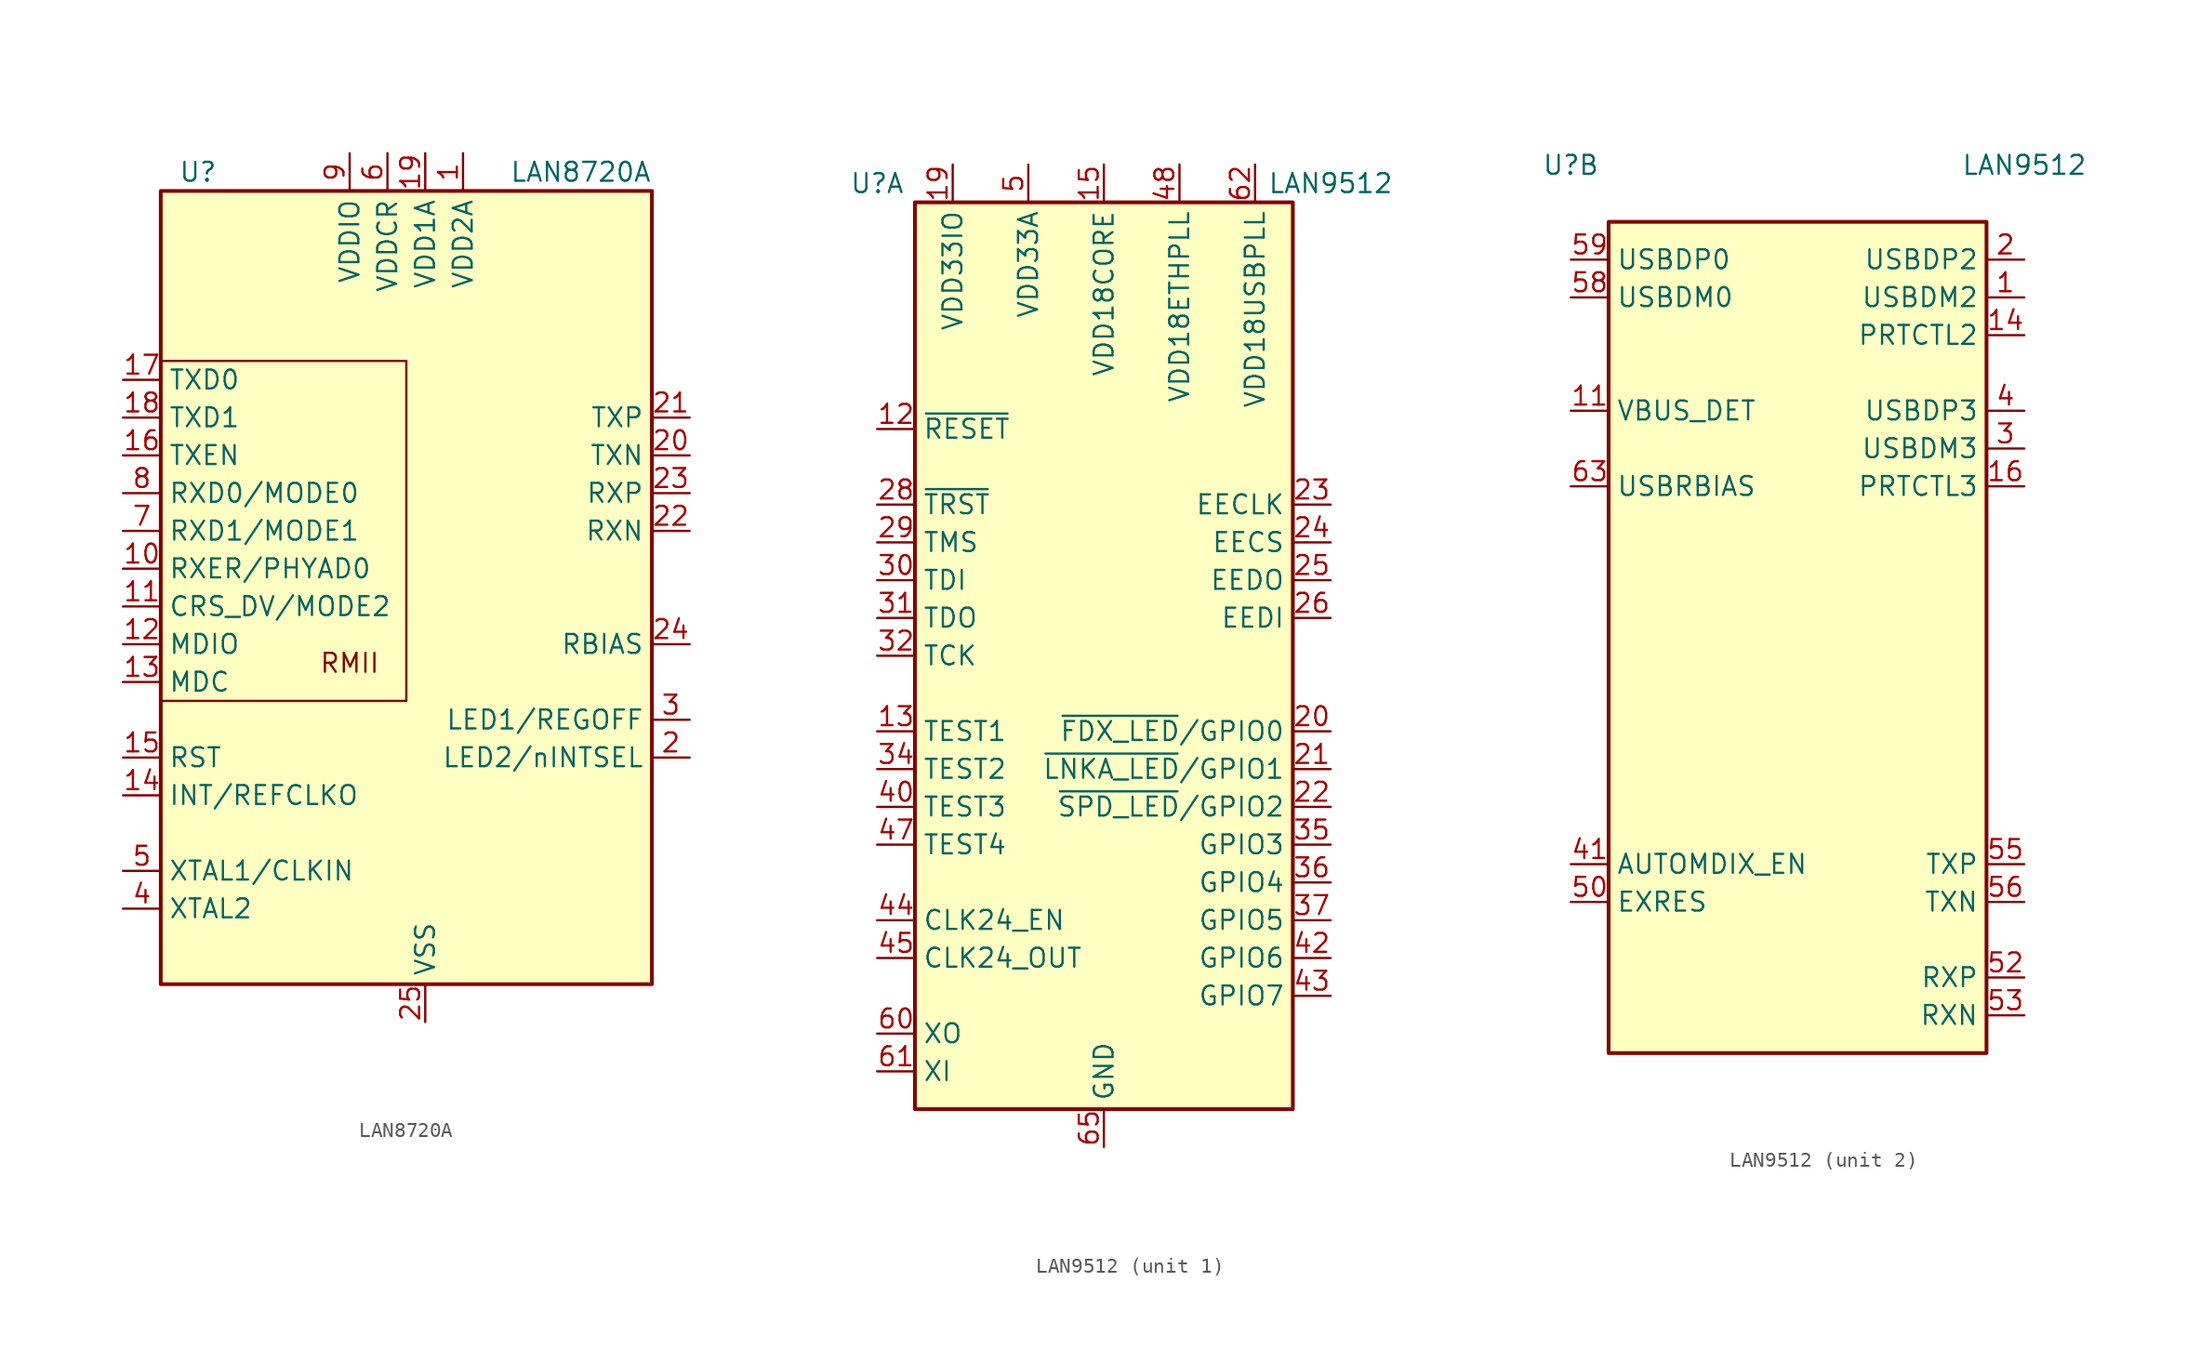
<source format=kicad_sym>
(kicad_symbol_lib
  (version 20211014)
  (generator kicad_symbol_editor)
  (symbol "LAN8720A"
    (property "Reference" "U"
      (at -13.97 29.21 0)
      (effects (font (size 1.27 1.27)) (justify right)))
    (property "Value" "LAN8720A"
      (at 15.24 29.21 0)
      (effects (font (size 1.27 1.27)) (justify right)))
    (symbol "LAN8720A_0_0"
      (text "RMII" (at -5.08 -3.81 0) (effects (font (size 1.27 1.27)))))
    (symbol "LAN8720A_0_1"
      (rectangle (start -17.78 27.94) (end 15.24 -25.4) (stroke (width 0.254) (type default) (color 0 0 0 0)) (fill (type background)))
      (polyline (pts (xy -17.78 -6.35) (xy -1.27 -6.35) (xy -1.27 16.51) (xy -17.78 16.51)) (stroke (width 0) (type default) (color 0 0 0 0)) (fill (type none))))
    (symbol "LAN8720A_1_1"
      (pin power_in line (at 2.54 30.48 270) (length 2.54) (name "VDD2A" (effects (font (size 1.27 1.27)))) (number "1" (effects (font (size 1.27 1.27)))))
      (pin output line (at -20.32 2.54 0) (length 2.54) (name "RXER/PHYAD0" (effects (font (size 1.27 1.27)))) (number "10" (effects (font (size 1.27 1.27)))))
      (pin output line (at -20.32 0 0) (length 2.54) (name "CRS_DV/MODE2" (effects (font (size 1.27 1.27)))) (number "11" (effects (font (size 1.27 1.27)))))
      (pin bidirectional line (at -20.32 -2.54 0) (length 2.54) (name "MDIO" (effects (font (size 1.27 1.27)))) (number "12" (effects (font (size 1.27 1.27)))))
      (pin input line (at -20.32 -5.08 0) (length 2.54) (name "MDC" (effects (font (size 1.27 1.27)))) (number "13" (effects (font (size 1.27 1.27)))))
      (pin output line (at -20.32 -12.7 0) (length 2.54) (name "INT/REFCLKO" (effects (font (size 1.27 1.27)))) (number "14" (effects (font (size 1.27 1.27)))))
      (pin input line (at -20.32 -10.16 0) (length 2.54) (name "RST" (effects (font (size 1.27 1.27)))) (number "15" (effects (font (size 1.27 1.27)))))
      (pin input line (at -20.32 10.16 0) (length 2.54) (name "TXEN" (effects (font (size 1.27 1.27)))) (number "16" (effects (font (size 1.27 1.27)))))
      (pin input line (at -20.32 15.24 0) (length 2.54) (name "TXD0" (effects (font (size 1.27 1.27)))) (number "17" (effects (font (size 1.27 1.27)))))
      (pin input line (at -20.32 12.7 0) (length 2.54) (name "TXD1" (effects (font (size 1.27 1.27)))) (number "18" (effects (font (size 1.27 1.27)))))
      (pin power_in line (at 0 30.48 270) (length 2.54) (name "VDD1A" (effects (font (size 1.27 1.27)))) (number "19" (effects (font (size 1.27 1.27)))))
      (pin bidirectional line (at 17.78 -10.16 180) (length 2.54) (name "LED2/nINTSEL" (effects (font (size 1.27 1.27)))) (number "2" (effects (font (size 1.27 1.27)))))
      (pin output line (at 17.78 10.16 180) (length 2.54) (name "TXN" (effects (font (size 1.27 1.27)))) (number "20" (effects (font (size 1.27 1.27)))))
      (pin output line (at 17.78 12.7 180) (length 2.54) (name "TXP" (effects (font (size 1.27 1.27)))) (number "21" (effects (font (size 1.27 1.27)))))
      (pin output line (at 17.78 5.08 180) (length 2.54) (name "RXN" (effects (font (size 1.27 1.27)))) (number "22" (effects (font (size 1.27 1.27)))))
      (pin output line (at 17.78 7.62 180) (length 2.54) (name "RXP" (effects (font (size 1.27 1.27)))) (number "23" (effects (font (size 1.27 1.27)))))
      (pin input line (at 17.78 -2.54 180) (length 2.54) (name "RBIAS" (effects (font (size 1.27 1.27)))) (number "24" (effects (font (size 1.27 1.27)))))
      (pin power_in line (at 0 -27.94 90) (length 2.54) (name "VSS" (effects (font (size 1.27 1.27)))) (number "25" (effects (font (size 1.27 1.27)))))
      (pin bidirectional line (at 17.78 -7.62 180) (length 2.54) (name "LED1/REGOFF" (effects (font (size 1.27 1.27)))) (number "3" (effects (font (size 1.27 1.27)))))
      (pin passive line (at -20.32 -20.32 0) (length 2.54) (name "XTAL2" (effects (font (size 1.27 1.27)))) (number "4" (effects (font (size 1.27 1.27)))))
      (pin passive line (at -20.32 -17.78 0) (length 2.54) (name "XTAL1/CLKIN" (effects (font (size 1.27 1.27)))) (number "5" (effects (font (size 1.27 1.27)))))
      (pin power_in line (at -2.54 30.48 270) (length 2.54) (name "VDDCR" (effects (font (size 1.27 1.27)))) (number "6" (effects (font (size 1.27 1.27)))))
      (pin output line (at -20.32 5.08 0) (length 2.54) (name "RXD1/MODE1" (effects (font (size 1.27 1.27)))) (number "7" (effects (font (size 1.27 1.27)))))
      (pin output line (at -20.32 7.62 0) (length 2.54) (name "RXD0/MODE0" (effects (font (size 1.27 1.27)))) (number "8" (effects (font (size 1.27 1.27)))))
      (pin power_in line (at -5.08 30.48 270) (length 2.54) (name "VDDIO" (effects (font (size 1.27 1.27)))) (number "9" (effects (font (size 1.27 1.27)))))))
  (symbol "LAN9512"
    (property "Reference" "U"
      (at -15.24 31.75 0)
      (effects (font (size 1.27 1.27))))
    (property "Value" "LAN9512"
      (at 15.24 31.75 0)
      (effects (font (size 1.27 1.27))))
    (property "ki_locked" ""
      (at 0 0 0)
      (effects (font (size 1.27 1.27))))
    (symbol "LAN9512_1_1"
      (rectangle (start -12.7 30.48) (end 12.7 -30.48) (stroke (width 0.254) (type default) (color 0 0 0 0)) (fill (type background)))
      (pin passive line (at -5.08 33.02 270) (length 2.54) hide (name "VDD33A" (effects (font (size 1.27 1.27)))) (number "10" (effects (font (size 1.27 1.27)))))
      (pin input line (at -15.24 15.24 0) (length 2.54) (name "~{RESET}" (effects (font (size 1.27 1.27)))) (number "12" (effects (font (size 1.27 1.27)))))
      (pin input line (at -15.24 -5.08 0) (length 2.54) (name "TEST1" (effects (font (size 1.27 1.27)))) (number "13" (effects (font (size 1.27 1.27)))))
      (pin power_in line (at 0 33.02 270) (length 2.54) (name "VDD18CORE" (effects (font (size 1.27 1.27)))) (number "15" (effects (font (size 1.27 1.27)))))
      (pin power_in line (at -10.16 33.02 270) (length 2.54) (name "VDD33IO" (effects (font (size 1.27 1.27)))) (number "19" (effects (font (size 1.27 1.27)))))
      (pin bidirectional line (at 15.24 -5.08 180) (length 2.54) (name "~{FDX_LED}/GPIO0" (effects (font (size 1.27 1.27)))) (number "20" (effects (font (size 1.27 1.27)))))
      (pin bidirectional line (at 15.24 -7.62 180) (length 2.54) (name "~{LNKA_LED}/GPIO1" (effects (font (size 1.27 1.27)))) (number "21" (effects (font (size 1.27 1.27)))))
      (pin bidirectional line (at 15.24 -10.16 180) (length 2.54) (name "~{SPD_LED}/GPIO2" (effects (font (size 1.27 1.27)))) (number "22" (effects (font (size 1.27 1.27)))))
      (pin output line (at 15.24 10.16 180) (length 2.54) (name "EECLK" (effects (font (size 1.27 1.27)))) (number "23" (effects (font (size 1.27 1.27)))))
      (pin output line (at 15.24 7.62 180) (length 2.54) (name "EECS" (effects (font (size 1.27 1.27)))) (number "24" (effects (font (size 1.27 1.27)))))
      (pin output line (at 15.24 5.08 180) (length 2.54) (name "EEDO" (effects (font (size 1.27 1.27)))) (number "25" (effects (font (size 1.27 1.27)))))
      (pin input line (at 15.24 2.54 180) (length 2.54) (name "EEDI" (effects (font (size 1.27 1.27)))) (number "26" (effects (font (size 1.27 1.27)))))
      (pin passive line (at -10.16 33.02 270) (length 2.54) hide (name "VDD33IO" (effects (font (size 1.27 1.27)))) (number "27" (effects (font (size 1.27 1.27)))))
      (pin input line (at -15.24 10.16 0) (length 2.54) (name "~{TRST}" (effects (font (size 1.27 1.27)))) (number "28" (effects (font (size 1.27 1.27)))))
      (pin input line (at -15.24 7.62 0) (length 2.54) (name "TMS" (effects (font (size 1.27 1.27)))) (number "29" (effects (font (size 1.27 1.27)))))
      (pin input line (at -15.24 5.08 0) (length 2.54) (name "TDI" (effects (font (size 1.27 1.27)))) (number "30" (effects (font (size 1.27 1.27)))))
      (pin output line (at -15.24 2.54 0) (length 2.54) (name "TDO" (effects (font (size 1.27 1.27)))) (number "31" (effects (font (size 1.27 1.27)))))
      (pin input line (at -15.24 0 0) (length 2.54) (name "TCK" (effects (font (size 1.27 1.27)))) (number "32" (effects (font (size 1.27 1.27)))))
      (pin passive line (at -10.16 33.02 270) (length 2.54) hide (name "VDD33IO" (effects (font (size 1.27 1.27)))) (number "33" (effects (font (size 1.27 1.27)))))
      (pin input line (at -15.24 -7.62 0) (length 2.54) (name "TEST2" (effects (font (size 1.27 1.27)))) (number "34" (effects (font (size 1.27 1.27)))))
      (pin bidirectional line (at 15.24 -12.7 180) (length 2.54) (name "GPIO3" (effects (font (size 1.27 1.27)))) (number "35" (effects (font (size 1.27 1.27)))))
      (pin bidirectional line (at 15.24 -15.24 180) (length 2.54) (name "GPIO4" (effects (font (size 1.27 1.27)))) (number "36" (effects (font (size 1.27 1.27)))))
      (pin bidirectional line (at 15.24 -17.78 180) (length 2.54) (name "GPIO5" (effects (font (size 1.27 1.27)))) (number "37" (effects (font (size 1.27 1.27)))))
      (pin passive line (at 0 33.02 270) (length 2.54) hide (name "VDD18CORE" (effects (font (size 1.27 1.27)))) (number "38" (effects (font (size 1.27 1.27)))))
      (pin passive line (at -10.16 33.02 270) (length 2.54) hide (name "VDD33IO" (effects (font (size 1.27 1.27)))) (number "39" (effects (font (size 1.27 1.27)))))
      (pin input line (at -15.24 -10.16 0) (length 2.54) (name "TEST3" (effects (font (size 1.27 1.27)))) (number "40" (effects (font (size 1.27 1.27)))))
      (pin bidirectional line (at 15.24 -20.32 180) (length 2.54) (name "GPIO6" (effects (font (size 1.27 1.27)))) (number "42" (effects (font (size 1.27 1.27)))))
      (pin bidirectional line (at 15.24 -22.86 180) (length 2.54) (name "GPIO7" (effects (font (size 1.27 1.27)))) (number "43" (effects (font (size 1.27 1.27)))))
      (pin input line (at -15.24 -17.78 0) (length 2.54) (name "CLK24_EN" (effects (font (size 1.27 1.27)))) (number "44" (effects (font (size 1.27 1.27)))))
      (pin output line (at -15.24 -20.32 0) (length 2.54) (name "CLK24_OUT" (effects (font (size 1.27 1.27)))) (number "45" (effects (font (size 1.27 1.27)))))
      (pin passive line (at -10.16 33.02 270) (length 2.54) hide (name "VDD33IO" (effects (font (size 1.27 1.27)))) (number "46" (effects (font (size 1.27 1.27)))))
      (pin input line (at -15.24 -12.7 0) (length 2.54) (name "TEST4" (effects (font (size 1.27 1.27)))) (number "47" (effects (font (size 1.27 1.27)))))
      (pin power_in line (at 5.08 33.02 270) (length 2.54) (name "VDD18ETHPLL" (effects (font (size 1.27 1.27)))) (number "48" (effects (font (size 1.27 1.27)))))
      (pin passive line (at -5.08 33.02 270) (length 2.54) hide (name "VDD33A" (effects (font (size 1.27 1.27)))) (number "49" (effects (font (size 1.27 1.27)))))
      (pin power_in line (at -5.08 33.02 270) (length 2.54) (name "VDD33A" (effects (font (size 1.27 1.27)))) (number "5" (effects (font (size 1.27 1.27)))))
      (pin passive line (at -5.08 33.02 270) (length 2.54) hide (name "VDD33A" (effects (font (size 1.27 1.27)))) (number "51" (effects (font (size 1.27 1.27)))))
      (pin passive line (at -5.08 33.02 270) (length 2.54) hide (name "VDD33A" (effects (font (size 1.27 1.27)))) (number "54" (effects (font (size 1.27 1.27)))))
      (pin passive line (at -5.08 33.02 270) (length 2.54) hide (name "VDD33A" (effects (font (size 1.27 1.27)))) (number "57" (effects (font (size 1.27 1.27)))))
      (pin input line (at -15.24 -25.4 0) (length 2.54) (name "XO" (effects (font (size 1.27 1.27)))) (number "60" (effects (font (size 1.27 1.27)))))
      (pin input line (at -15.24 -27.94 0) (length 2.54) (name "XI" (effects (font (size 1.27 1.27)))) (number "61" (effects (font (size 1.27 1.27)))))
      (pin power_in line (at 10.16 33.02 270) (length 2.54) (name "VDD18USBPLL" (effects (font (size 1.27 1.27)))) (number "62" (effects (font (size 1.27 1.27)))))
      (pin passive line (at -5.08 33.02 270) (length 2.54) hide (name "VDD33A" (effects (font (size 1.27 1.27)))) (number "64" (effects (font (size 1.27 1.27)))))
      (pin power_in line (at 0 -33.02 90) (length 2.54) (name "GND" (effects (font (size 1.27 1.27)))) (number "65" (effects (font (size 1.27 1.27))))))
    (symbol "LAN9512_2_1"
      (rectangle (start 12.7 -27.94) (end -12.7 27.94) (stroke (width 0.254) (type default) (color 0 0 0 0)) (fill (type background)))
      (pin bidirectional line (at 15.24 22.86 180) (length 2.54) (name "USBDM2" (effects (font (size 1.27 1.27)))) (number "1" (effects (font (size 1.27 1.27)))))
      (pin input line (at -15.24 15.24 0) (length 2.54) (name "VBUS_DET" (effects (font (size 1.27 1.27)))) (number "11" (effects (font (size 1.27 1.27)))))
      (pin bidirectional line (at 15.24 20.32 180) (length 2.54) (name "PRTCTL2" (effects (font (size 1.27 1.27)))) (number "14" (effects (font (size 1.27 1.27)))))
      (pin bidirectional line (at 15.24 10.16 180) (length 2.54) (name "PRTCTL3" (effects (font (size 1.27 1.27)))) (number "16" (effects (font (size 1.27 1.27)))))
      (pin no_connect line (at 12.7 0 180) (length 2.54) hide (name "NC" (effects (font (size 1.27 1.27)))) (number "17" (effects (font (size 1.27 1.27)))))
      (pin no_connect line (at 12.7 -10.16 180) (length 2.54) hide (name "NC" (effects (font (size 1.27 1.27)))) (number "18" (effects (font (size 1.27 1.27)))))
      (pin bidirectional line (at 15.24 25.4 180) (length 2.54) (name "USBDP2" (effects (font (size 1.27 1.27)))) (number "2" (effects (font (size 1.27 1.27)))))
      (pin bidirectional line (at 15.24 12.7 180) (length 2.54) (name "USBDM3" (effects (font (size 1.27 1.27)))) (number "3" (effects (font (size 1.27 1.27)))))
      (pin bidirectional line (at 15.24 15.24 180) (length 2.54) (name "USBDP3" (effects (font (size 1.27 1.27)))) (number "4" (effects (font (size 1.27 1.27)))))
      (pin input line (at -15.24 -15.24 0) (length 2.54) (name "AUTOMDIX_EN" (effects (font (size 1.27 1.27)))) (number "41" (effects (font (size 1.27 1.27)))))
      (pin input line (at -15.24 -17.78 0) (length 2.54) (name "EXRES" (effects (font (size 1.27 1.27)))) (number "50" (effects (font (size 1.27 1.27)))))
      (pin input line (at 15.24 -22.86 180) (length 2.54) (name "RXP" (effects (font (size 1.27 1.27)))) (number "52" (effects (font (size 1.27 1.27)))))
      (pin input line (at 15.24 -25.4 180) (length 2.54) (name "RXN" (effects (font (size 1.27 1.27)))) (number "53" (effects (font (size 1.27 1.27)))))
      (pin output line (at 15.24 -15.24 180) (length 2.54) (name "TXP" (effects (font (size 1.27 1.27)))) (number "55" (effects (font (size 1.27 1.27)))))
      (pin output line (at 15.24 -17.78 180) (length 2.54) (name "TXN" (effects (font (size 1.27 1.27)))) (number "56" (effects (font (size 1.27 1.27)))))
      (pin bidirectional line (at -15.24 22.86 0) (length 2.54) (name "USBDM0" (effects (font (size 1.27 1.27)))) (number "58" (effects (font (size 1.27 1.27)))))
      (pin bidirectional line (at -15.24 25.4 0) (length 2.54) (name "USBDP0" (effects (font (size 1.27 1.27)))) (number "59" (effects (font (size 1.27 1.27)))))
      (pin no_connect line (at 12.7 2.54 180) (length 2.54) hide (name "NC" (effects (font (size 1.27 1.27)))) (number "6" (effects (font (size 1.27 1.27)))))
      (pin input line (at -15.24 10.16 0) (length 2.54) (name "USBRBIAS" (effects (font (size 1.27 1.27)))) (number "63" (effects (font (size 1.27 1.27)))))
      (pin no_connect line (at 12.7 5.08 180) (length 2.54) hide (name "NC" (effects (font (size 1.27 1.27)))) (number "7" (effects (font (size 1.27 1.27)))))
      (pin no_connect line (at 12.7 -7.62 180) (length 2.54) hide (name "NC" (effects (font (size 1.27 1.27)))) (number "8" (effects (font (size 1.27 1.27)))))
      (pin no_connect line (at 12.7 -5.08 180) (length 2.54) hide (name "NC" (effects (font (size 1.27 1.27)))) (number "9" (effects (font (size 1.27 1.27))))))))
</source>
